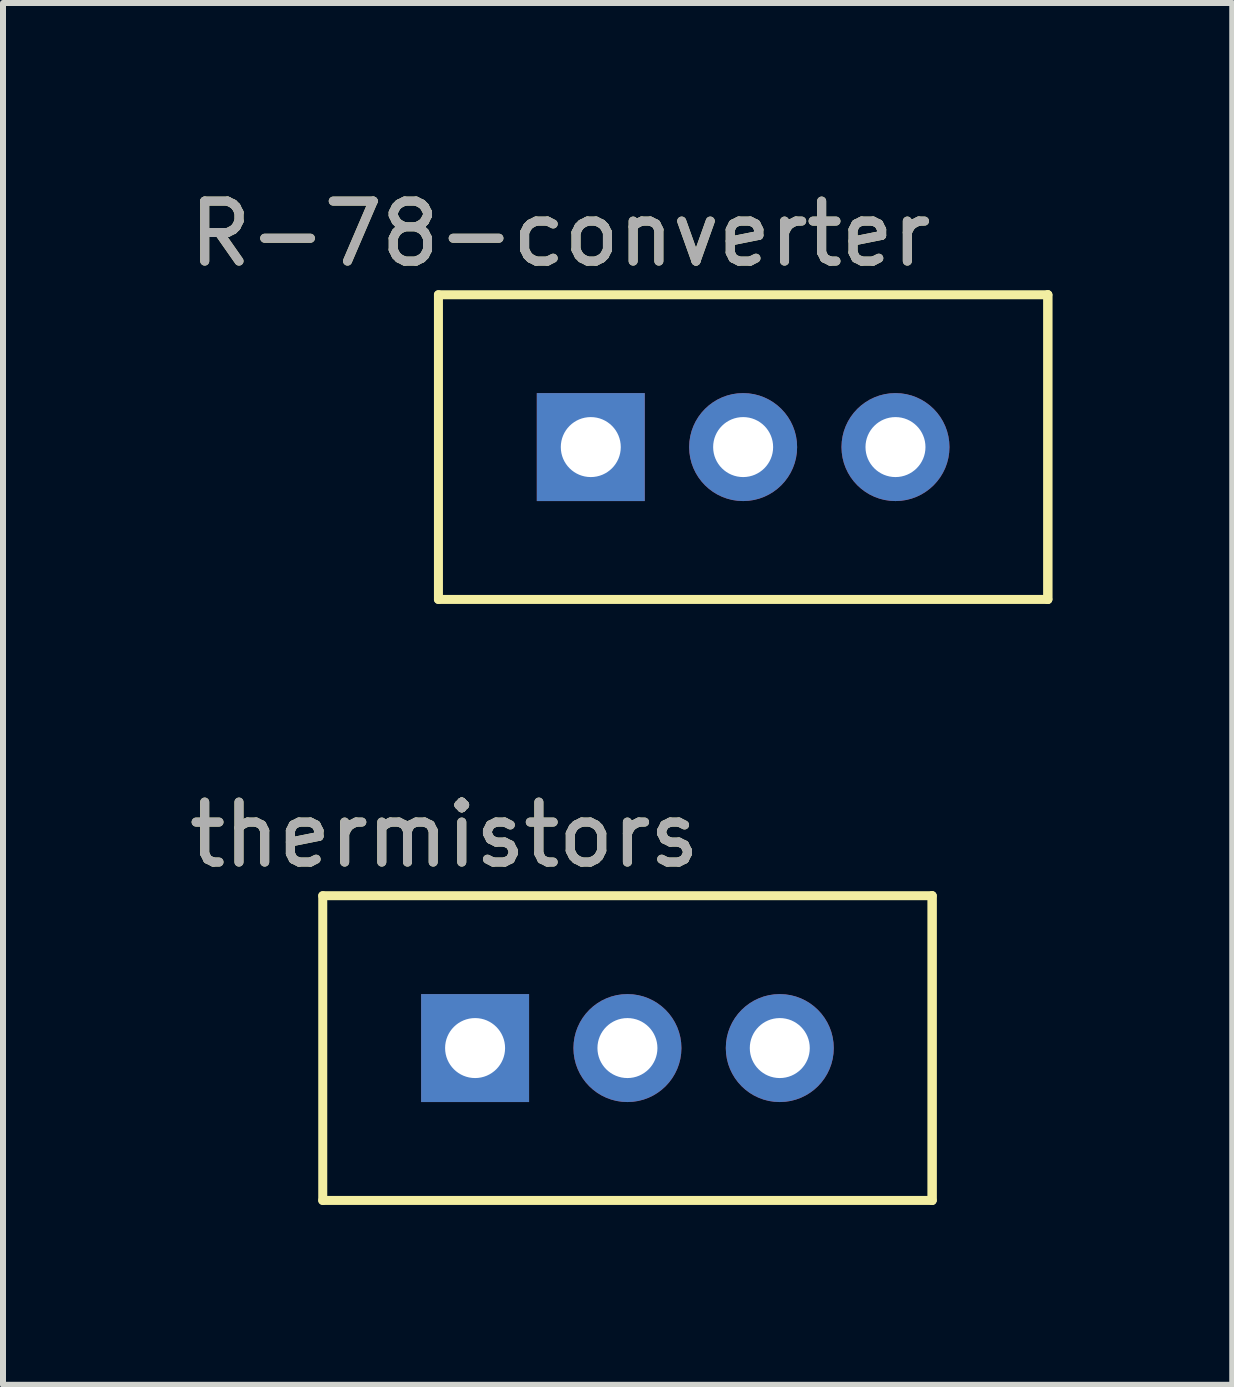
<source format=kicad_pcb>
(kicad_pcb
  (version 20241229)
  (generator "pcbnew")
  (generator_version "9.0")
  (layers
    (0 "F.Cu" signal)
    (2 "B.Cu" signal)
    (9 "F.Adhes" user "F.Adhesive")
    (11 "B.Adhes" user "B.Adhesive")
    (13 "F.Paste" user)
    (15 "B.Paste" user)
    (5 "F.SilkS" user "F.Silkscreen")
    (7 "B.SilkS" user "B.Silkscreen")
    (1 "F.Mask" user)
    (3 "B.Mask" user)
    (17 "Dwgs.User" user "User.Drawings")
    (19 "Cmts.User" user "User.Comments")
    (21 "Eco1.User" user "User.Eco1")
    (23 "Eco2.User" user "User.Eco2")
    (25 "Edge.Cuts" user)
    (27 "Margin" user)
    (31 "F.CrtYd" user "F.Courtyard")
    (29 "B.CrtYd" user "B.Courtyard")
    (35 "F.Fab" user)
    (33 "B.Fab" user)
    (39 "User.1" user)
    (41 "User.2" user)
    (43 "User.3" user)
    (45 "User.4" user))
  (footprint "R-78-converter"
    (layer "F.Cu")
    (at 6.8 4.404)
    (property "Reference" "R-78-converter" (at -0.508 -3.556 0) (layer "F.SilkS") (effects (font (size 1 1) (thickness 0.15))))
    (attr through_hole)
    (fp_line (start -2.54 -2.54) (end -2.54 2.54) (stroke (width 0.15) (type solid)) (layer "F.SilkS"))
    (fp_line (start -2.54 2.54) (end 7.62 2.54) (stroke (width 0.15) (type solid)) (layer "F.SilkS"))
    (fp_line (start 7.62 -2.54) (end -2.54 -2.54) (stroke (width 0.15) (type solid)) (layer "F.SilkS"))
    (fp_line (start 7.62 -2.54) (end 7.62 2.54) (stroke (width 0.15) (type solid)) (layer "F.SilkS"))
    (fp_line (start 7.62 2.54) (end 7.62 -2.54) (stroke (width 0.15) (type solid)) (layer "F.SilkS"))
    (fp_text user "${REFERENCE}" (at -0.508 -3.556 0) (layer "F.Fab") (effects (font (size 1 1) (thickness 0.15))))
    (pad "1" thru_hole rect (at 0 0) (size 1.8 1.8) (drill 1) (layers "*.Cu" "*.Mask"))
    (pad "2" thru_hole oval (at 2.54 0) (size 1.8 1.8) (drill 1) (layers "*.Cu" "*.Mask"))
    (pad "3" thru_hole oval (at 5.08 0) (size 1.8 1.8) (drill 1) (layers "*.Cu" "*.Mask")))
  (footprint "thermistors"
    (layer "F.Cu")
    (at 4.871 14.424)
    (property "Reference" "thermistors" (at -0.508 -3.556 0) (layer "F.SilkS") (effects (font (size 1 1) (thickness 0.15))))
    (attr through_hole)
    (fp_line (start -2.54 -2.54) (end -2.54 2.54) (stroke (width 0.15) (type solid)) (layer "F.SilkS"))
    (fp_line (start -2.54 2.54) (end 7.62 2.54) (stroke (width 0.15) (type solid)) (layer "F.SilkS"))
    (fp_line (start 7.62 -2.54) (end -2.54 -2.54) (stroke (width 0.15) (type solid)) (layer "F.SilkS"))
    (fp_line (start 7.62 -2.54) (end 7.62 2.54) (stroke (width 0.15) (type solid)) (layer "F.SilkS"))
    (fp_line (start 7.62 2.54) (end 7.62 -2.54) (stroke (width 0.15) (type solid)) (layer "F.SilkS"))
    (fp_text user "${REFERENCE}" (at -0.508 -3.556 0) (layer "F.Fab") (effects (font (size 1 1) (thickness 0.15))))
    (pad "1" thru_hole rect (at 0 0) (size 1.8 1.8) (drill 1) (layers "*.Cu" "*.Mask"))
    (pad "2" thru_hole oval (at 2.54 0) (size 1.8 1.8) (drill 1) (layers "*.Cu" "*.Mask"))
    (pad "3" thru_hole oval (at 5.08 0) (size 1.8 1.8) (drill 1) (layers "*.Cu" "*.Mask")))
  (gr_rect
    (start -3 -3)
    (end 17.495 20.038)
    (stroke (width 0.1) (type default))
    (fill no)
    (layer "Edge.Cuts")))
</source>
